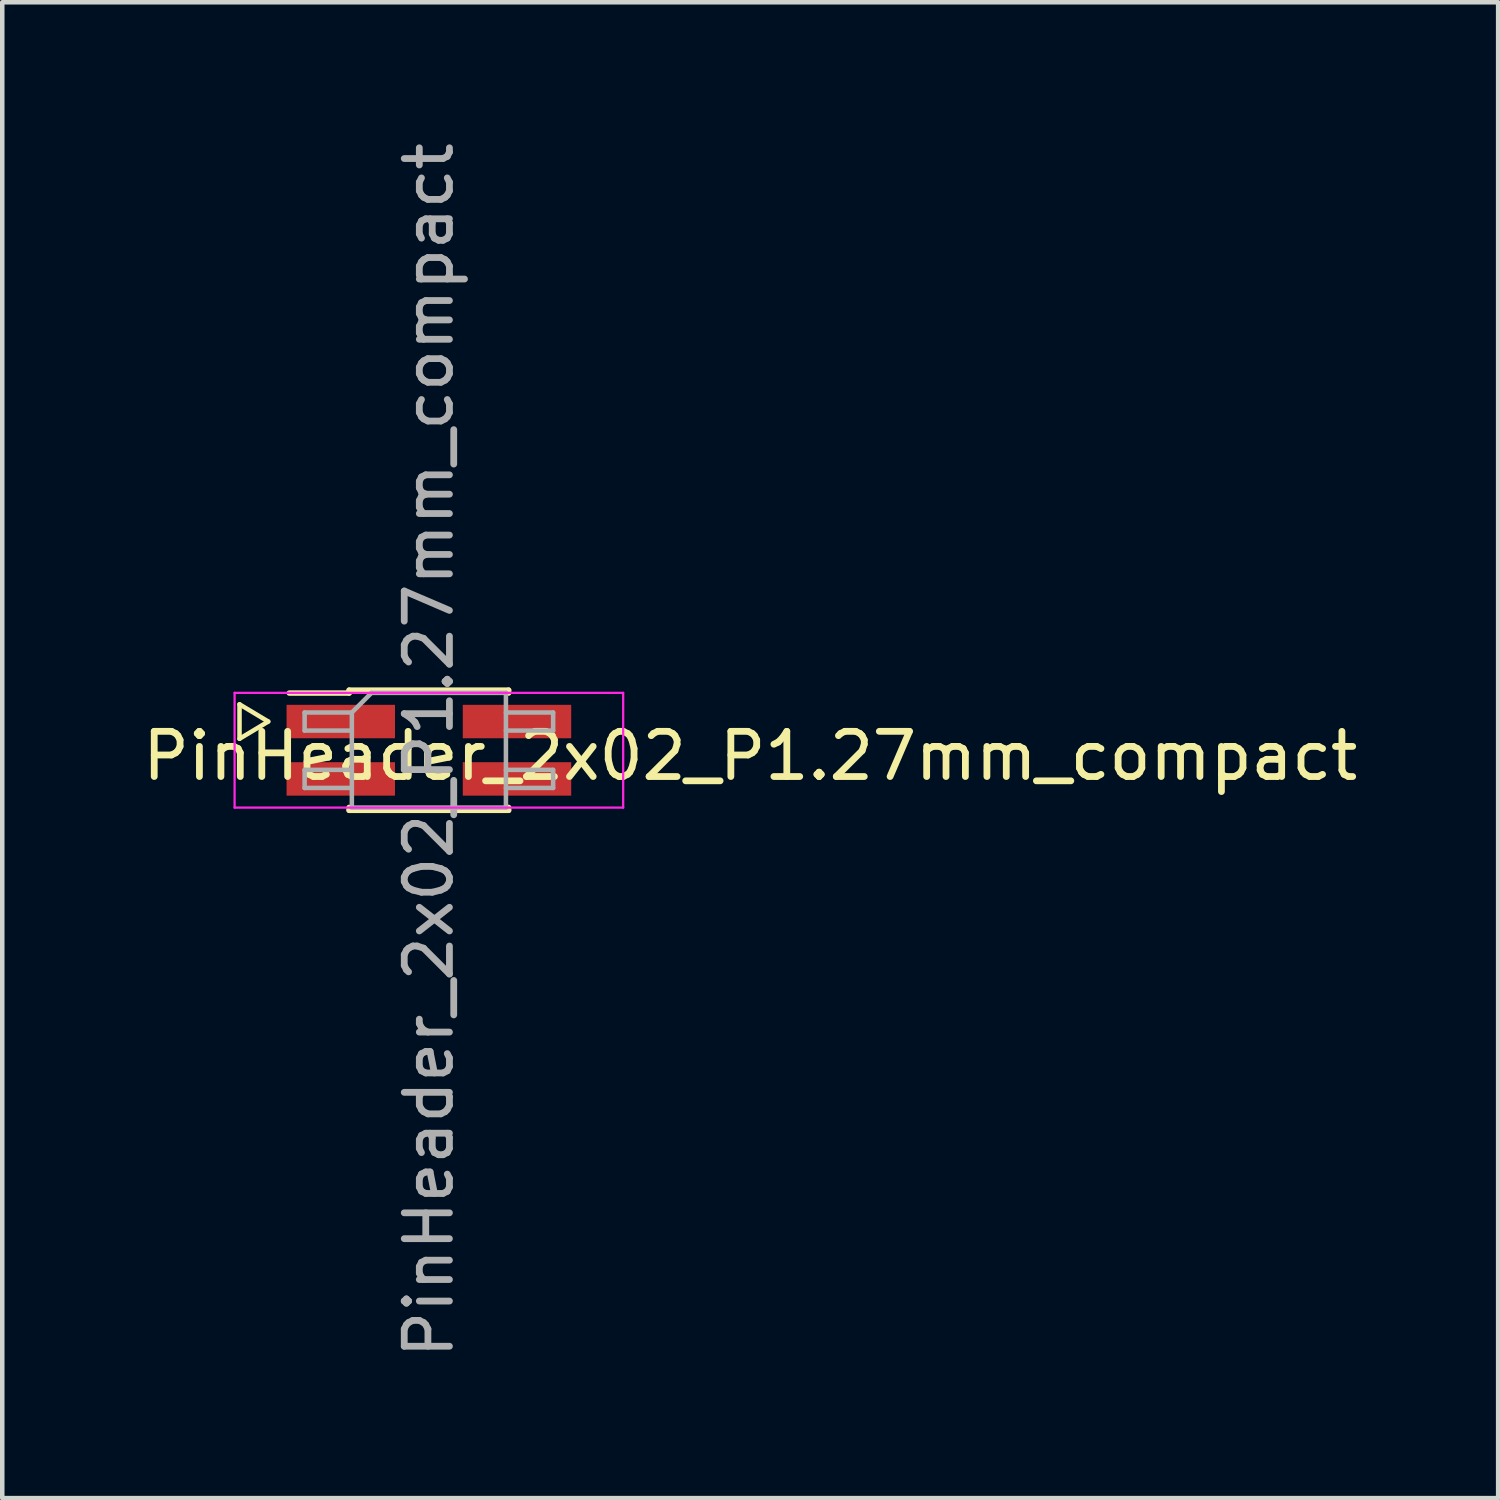
<source format=kicad_pcb>
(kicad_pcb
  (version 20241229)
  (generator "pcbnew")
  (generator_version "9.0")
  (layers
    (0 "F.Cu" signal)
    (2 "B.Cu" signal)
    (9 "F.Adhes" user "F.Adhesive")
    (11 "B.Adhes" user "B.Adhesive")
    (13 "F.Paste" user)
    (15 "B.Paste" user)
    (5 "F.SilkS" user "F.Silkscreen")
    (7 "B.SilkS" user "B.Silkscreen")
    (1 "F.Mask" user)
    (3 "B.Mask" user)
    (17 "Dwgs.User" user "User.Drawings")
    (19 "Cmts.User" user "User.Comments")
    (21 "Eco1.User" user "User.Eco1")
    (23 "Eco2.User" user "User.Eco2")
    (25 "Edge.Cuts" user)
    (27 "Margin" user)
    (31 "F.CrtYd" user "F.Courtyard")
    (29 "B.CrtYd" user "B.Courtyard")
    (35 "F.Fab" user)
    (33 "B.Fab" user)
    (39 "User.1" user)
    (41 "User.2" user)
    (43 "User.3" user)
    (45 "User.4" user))
  (footprint "PinHeader_2x02_P1.27mm_compact"
    (layer "F.Cu")
    (at 6.442 13.554)
    (property "Reference" "PinHeader_2x02_P1.27mm_compact" (at 7.112 0.127 0) (layer "F.SilkS") (effects (font (size 1 1) (thickness 0.15))))
    (attr smd)
    (fp_line (start -4.191 -1.016) (end -3.556 -0.635) (stroke (width 0.1) (type default)) (layer "F.SilkS"))
    (fp_line (start -4.191 -0.254) (end -4.191 -1.016) (stroke (width 0.1) (type default)) (layer "F.SilkS"))
    (fp_line (start -3.556 -0.635) (end -4.191 -0.254) (stroke (width 0.1) (type default)) (layer "F.SilkS"))
    (fp_line (start -3.09 -1.265) (end -1.765 -1.265) (stroke (width 0.12) (type solid)) (layer "F.SilkS"))
    (fp_line (start -1.765 -1.33) (end -1.765 -1.265) (stroke (width 0.12) (type solid)) (layer "F.SilkS"))
    (fp_line (start -1.765 -1.33) (end 1.765 -1.33) (stroke (width 0.12) (type solid)) (layer "F.SilkS"))
    (fp_line (start -1.765 1.265) (end -1.765 1.33) (stroke (width 0.12) (type solid)) (layer "F.SilkS"))
    (fp_line (start -1.765 1.33) (end 1.765 1.33) (stroke (width 0.12) (type solid)) (layer "F.SilkS"))
    (fp_line (start 1.765 -1.33) (end 1.765 -1.265) (stroke (width 0.12) (type solid)) (layer "F.SilkS"))
    (fp_line (start 1.765 1.265) (end 1.765 1.33) (stroke (width 0.12) (type solid)) (layer "F.SilkS"))
    (fp_line (start -4.3 -1.27) (end -4.3 1.27) (stroke (width 0.05) (type solid)) (layer "F.CrtYd"))
    (fp_line (start -4.3 1.27) (end 4.3 1.27) (stroke (width 0.05) (type default)) (layer "F.CrtYd"))
    (fp_line (start 4.3 -1.27) (end -4.3 -1.27) (stroke (width 0.05) (type default)) (layer "F.CrtYd"))
    (fp_line (start 4.3 1.27) (end 4.3 -1.27) (stroke (width 0.05) (type solid)) (layer "F.CrtYd"))
    (fp_line (start -2.75 -0.835) (end -2.75 -0.435) (stroke (width 0.1) (type solid)) (layer "F.Fab"))
    (fp_line (start -2.75 -0.435) (end -1.705 -0.435) (stroke (width 0.1) (type solid)) (layer "F.Fab"))
    (fp_line (start -2.75 0.435) (end -2.75 0.835) (stroke (width 0.1) (type solid)) (layer "F.Fab"))
    (fp_line (start -2.75 0.835) (end -1.705 0.835) (stroke (width 0.1) (type solid)) (layer "F.Fab"))
    (fp_line (start -1.705 -0.835) (end -2.75 -0.835) (stroke (width 0.1) (type solid)) (layer "F.Fab"))
    (fp_line (start -1.705 -0.835) (end -1.27 -1.27) (stroke (width 0.1) (type solid)) (layer "F.Fab"))
    (fp_line (start -1.705 0.435) (end -2.75 0.435) (stroke (width 0.1) (type solid)) (layer "F.Fab"))
    (fp_line (start -1.705 1.27) (end -1.705 -0.835) (stroke (width 0.1) (type solid)) (layer "F.Fab"))
    (fp_line (start -1.27 -1.27) (end 1.705 -1.27) (stroke (width 0.1) (type solid)) (layer "F.Fab"))
    (fp_line (start 1.705 -1.27) (end 1.705 1.27) (stroke (width 0.1) (type solid)) (layer "F.Fab"))
    (fp_line (start 1.705 -0.835) (end 2.75 -0.835) (stroke (width 0.1) (type solid)) (layer "F.Fab"))
    (fp_line (start 1.705 0.435) (end 2.75 0.435) (stroke (width 0.1) (type solid)) (layer "F.Fab"))
    (fp_line (start 1.705 1.27) (end -1.705 1.27) (stroke (width 0.1) (type solid)) (layer "F.Fab"))
    (fp_line (start 2.75 -0.835) (end 2.75 -0.435) (stroke (width 0.1) (type solid)) (layer "F.Fab"))
    (fp_line (start 2.75 -0.435) (end 1.705 -0.435) (stroke (width 0.1) (type solid)) (layer "F.Fab"))
    (fp_line (start 2.75 0.435) (end 2.75 0.835) (stroke (width 0.1) (type solid)) (layer "F.Fab"))
    (fp_line (start 2.75 0.835) (end 1.705 0.835) (stroke (width 0.1) (type solid)) (layer "F.Fab"))
    (fp_text user "${REFERENCE}" (at 0 0 90) (layer "F.Fab") (effects (font (size 1 1) (thickness 0.15))))
    (pad "1" smd rect (at -1.95 -0.635) (size 2.4 0.74) (layers "F.Cu" "F.Mask" "F.Paste"))
    (pad "2" smd rect (at 1.95 -0.635) (size 2.4 0.74) (layers "F.Cu" "F.Mask" "F.Paste"))
    (pad "3" smd rect (at -1.95 0.635) (size 2.4 0.74) (layers "F.Cu" "F.Mask" "F.Paste"))
    (pad "4" smd rect (at 1.95 0.635) (size 2.4 0.74) (layers "F.Cu" "F.Mask" "F.Paste")))
  (gr_rect
    (start -3 -3)
    (end 30.107 30.107)
    (stroke (width 0.1) (type default))
    (fill no)
    (layer "Edge.Cuts")))
</source>
